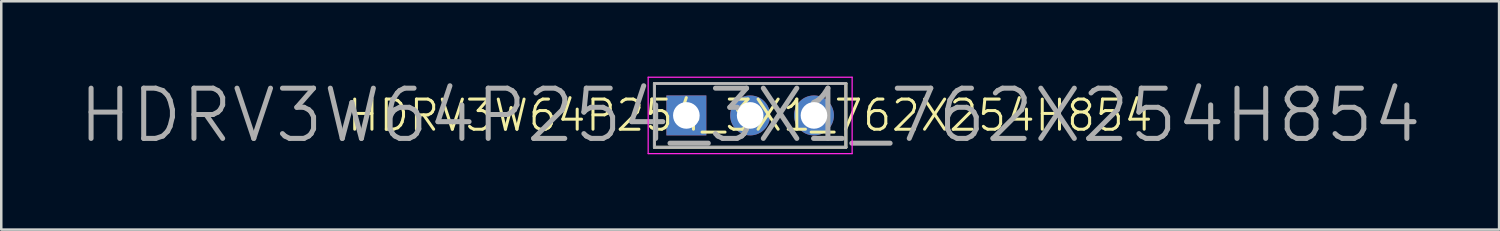
<source format=kicad_pcb>
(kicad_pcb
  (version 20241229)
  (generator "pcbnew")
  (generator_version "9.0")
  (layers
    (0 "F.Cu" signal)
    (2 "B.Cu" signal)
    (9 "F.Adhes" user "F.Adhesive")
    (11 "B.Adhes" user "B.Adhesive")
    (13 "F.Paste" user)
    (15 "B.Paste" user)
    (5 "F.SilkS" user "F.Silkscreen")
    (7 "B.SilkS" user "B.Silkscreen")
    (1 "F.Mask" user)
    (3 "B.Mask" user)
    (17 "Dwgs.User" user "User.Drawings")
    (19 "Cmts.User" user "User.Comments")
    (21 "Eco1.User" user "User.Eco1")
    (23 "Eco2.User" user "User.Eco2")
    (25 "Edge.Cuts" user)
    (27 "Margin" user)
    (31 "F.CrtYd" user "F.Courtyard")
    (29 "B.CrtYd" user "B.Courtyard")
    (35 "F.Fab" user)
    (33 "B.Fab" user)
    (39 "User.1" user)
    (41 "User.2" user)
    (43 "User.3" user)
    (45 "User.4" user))
  (footprint "HDRV3W64P254_3X1_762X254H854"
    (layer "F.Cu")
    (at 24.274 1.545)
    (property "Reference" "HDRV3W64P254_3X1_762X254H854" (at 2.54 0 0) (layer "F.SilkS") (effects (font (size 1.2 1.2) (thickness 0.12))))
    (attr through_hole)
    (fp_line (start -1.27 -1.27) (end 6.35 -1.27) (stroke (width 0.12) (type solid)) (layer "F.SilkS"))
    (fp_line (start -1.27 1.27) (end -1.27 -1.27) (stroke (width 0.12) (type solid)) (layer "F.SilkS"))
    (fp_line (start 6.35 -1.27) (end 6.35 1.27) (stroke (width 0.12) (type solid)) (layer "F.SilkS"))
    (fp_line (start 6.35 1.27) (end -1.27 1.27) (stroke (width 0.12) (type solid)) (layer "F.SilkS"))
    (fp_line (start -1.27 -1.27) (end 6.35 -1.27) (stroke (width 0.025) (type solid)) (layer "Dwgs.User"))
    (fp_line (start -1.27 1.27) (end -1.27 -1.27) (stroke (width 0.025) (type solid)) (layer "Dwgs.User"))
    (fp_line (start -0.32 -0.32) (end 0.32 -0.32) (stroke (width 0.025) (type solid)) (layer "Dwgs.User"))
    (fp_line (start -0.32 0.32) (end -0.32 -0.32) (stroke (width 0.025) (type solid)) (layer "Dwgs.User"))
    (fp_line (start 0.32 -0.32) (end 0.32 0.32) (stroke (width 0.025) (type solid)) (layer "Dwgs.User"))
    (fp_line (start 0.32 0.32) (end -0.32 0.32) (stroke (width 0.025) (type solid)) (layer "Dwgs.User"))
    (fp_line (start 2.22 -0.32) (end 2.86 -0.32) (stroke (width 0.025) (type solid)) (layer "Dwgs.User"))
    (fp_line (start 2.22 0.32) (end 2.22 -0.32) (stroke (width 0.025) (type solid)) (layer "Dwgs.User"))
    (fp_line (start 2.86 -0.32) (end 2.86 0.32) (stroke (width 0.025) (type solid)) (layer "Dwgs.User"))
    (fp_line (start 2.86 0.32) (end 2.22 0.32) (stroke (width 0.025) (type solid)) (layer "Dwgs.User"))
    (fp_line (start 4.76 -0.32) (end 5.4 -0.32) (stroke (width 0.025) (type solid)) (layer "Dwgs.User"))
    (fp_line (start 4.76 0.32) (end 4.76 -0.32) (stroke (width 0.025) (type solid)) (layer "Dwgs.User"))
    (fp_line (start 5.4 -0.32) (end 5.4 0.32) (stroke (width 0.025) (type solid)) (layer "Dwgs.User"))
    (fp_line (start 5.4 0.32) (end 4.76 0.32) (stroke (width 0.025) (type solid)) (layer "Dwgs.User"))
    (fp_line (start 6.35 -1.27) (end 6.35 1.27) (stroke (width 0.025) (type solid)) (layer "Dwgs.User"))
    (fp_line (start 6.35 1.27) (end -1.27 1.27) (stroke (width 0.025) (type solid)) (layer "Dwgs.User"))
    (fp_line (start -1.52 -1.52) (end 6.6 -1.52) (stroke (width 0.05) (type solid)) (layer "F.CrtYd"))
    (fp_line (start -1.52 1.52) (end -1.52 -1.52) (stroke (width 0.05) (type solid)) (layer "F.CrtYd"))
    (fp_line (start 6.6 -1.52) (end 6.6 1.52) (stroke (width 0.05) (type solid)) (layer "F.CrtYd"))
    (fp_line (start 6.6 1.52) (end -1.52 1.52) (stroke (width 0.05) (type solid)) (layer "F.CrtYd"))
    (fp_line (start -1.27 -1.27) (end 6.35 -1.27) (stroke (width 0.12) (type solid)) (layer "F.Fab"))
    (fp_line (start -1.27 1.27) (end -1.27 -1.27) (stroke (width 0.12) (type solid)) (layer "F.Fab"))
    (fp_line (start 6.35 -1.27) (end 6.35 1.27) (stroke (width 0.12) (type solid)) (layer "F.Fab"))
    (fp_line (start 6.35 1.27) (end -1.27 1.27) (stroke (width 0.12) (type solid)) (layer "F.Fab"))
    (fp_text user "${REFERENCE}" (at 2.54 0 0) (layer "F.Fab") (effects (font (size 2 2) (thickness 0.2))))
    (pad "1" thru_hole rect (at 0 0) (size 1.59 1.59) (drill 1.06) (layers "*.Cu" "*.Mask"))
    (pad "2" thru_hole circle (at 2.54 0) (size 1.59 1.59) (drill 1.06) (layers "*.Cu" "*.Mask"))
    (pad "3" thru_hole circle (at 5.08 0) (size 1.59 1.59) (drill 1.06) (layers "*.Cu" "*.Mask")))
  (gr_rect
    (start -3 -3)
    (end 56.629 6.09)
    (stroke (width 0.1) (type default))
    (fill no)
    (layer "Edge.Cuts")))
</source>
